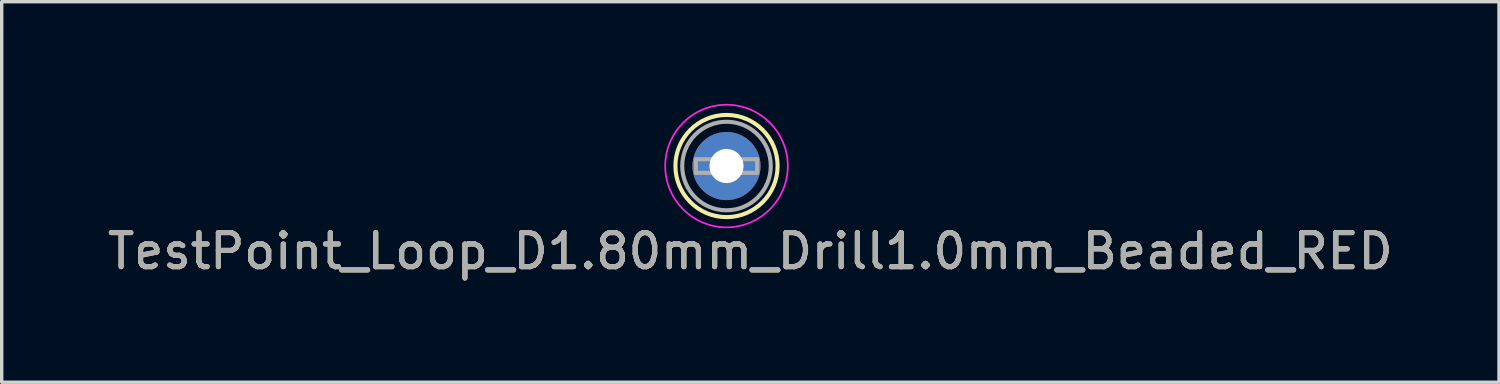
<source format=kicad_pcb>
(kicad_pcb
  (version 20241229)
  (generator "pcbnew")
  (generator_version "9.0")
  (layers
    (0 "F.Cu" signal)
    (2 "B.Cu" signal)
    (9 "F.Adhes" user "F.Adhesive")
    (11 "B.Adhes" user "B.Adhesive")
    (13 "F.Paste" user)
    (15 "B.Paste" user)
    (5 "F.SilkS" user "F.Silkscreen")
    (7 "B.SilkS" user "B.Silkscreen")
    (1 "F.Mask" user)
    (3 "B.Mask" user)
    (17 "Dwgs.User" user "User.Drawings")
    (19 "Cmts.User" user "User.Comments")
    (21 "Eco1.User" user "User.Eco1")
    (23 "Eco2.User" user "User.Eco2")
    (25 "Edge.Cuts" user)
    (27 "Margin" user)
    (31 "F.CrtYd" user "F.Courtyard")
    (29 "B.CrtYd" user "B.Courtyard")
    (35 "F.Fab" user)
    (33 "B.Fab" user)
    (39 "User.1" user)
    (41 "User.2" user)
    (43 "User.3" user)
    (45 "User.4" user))
  (footprint "TestPoint_Loop_D1.80mm_Drill1.0mm_Beaded_RED"
    (layer "F.Cu")
    (at 18.282 1.825)
    (property "Reference" "TestPoint_Loop_D1.80mm_Drill1.0mm_Beaded_RED" (at 0.7 2.5 0) (layer "F.SilkS") (effects (font (size 1 1) (thickness 0.15))))
    (attr through_hole)
    (fp_circle (center 0 0) (end 1.5 0) (stroke (width 0.12) (type solid)) (fill no) (layer "F.SilkS"))
    (fp_circle (center 0 0) (end 1.8 0) (stroke (width 0.05) (type solid)) (fill no) (layer "F.CrtYd"))
    (fp_line (start -0.9 -0.2) (end 0.9 -0.2) (stroke (width 0.12) (type solid)) (layer "F.Fab"))
    (fp_line (start -0.9 0.2) (end -0.9 -0.2) (stroke (width 0.12) (type solid)) (layer "F.Fab"))
    (fp_line (start 0.9 -0.2) (end 0.9 0.2) (stroke (width 0.12) (type solid)) (layer "F.Fab"))
    (fp_line (start 0.9 0.2) (end -0.9 0.2) (stroke (width 0.12) (type solid)) (layer "F.Fab"))
    (fp_circle (center 0 0) (end 1.3 0) (stroke (width 0.12) (type solid)) (fill no) (layer "F.Fab"))
    (fp_text user "${REFERENCE}" (at 0.7 2.5 0) (layer "F.Fab") (effects (font (size 1 1) (thickness 0.15))))
    (pad "1" thru_hole circle (at 0 0) (size 2 2) (drill 1) (layers "*.Cu" "*.Mask")))
  (gr_rect
    (start -3 -3)
    (end 40.964 8.173)
    (stroke (width 0.1) (type default))
    (fill no)
    (layer "Edge.Cuts")))
</source>
